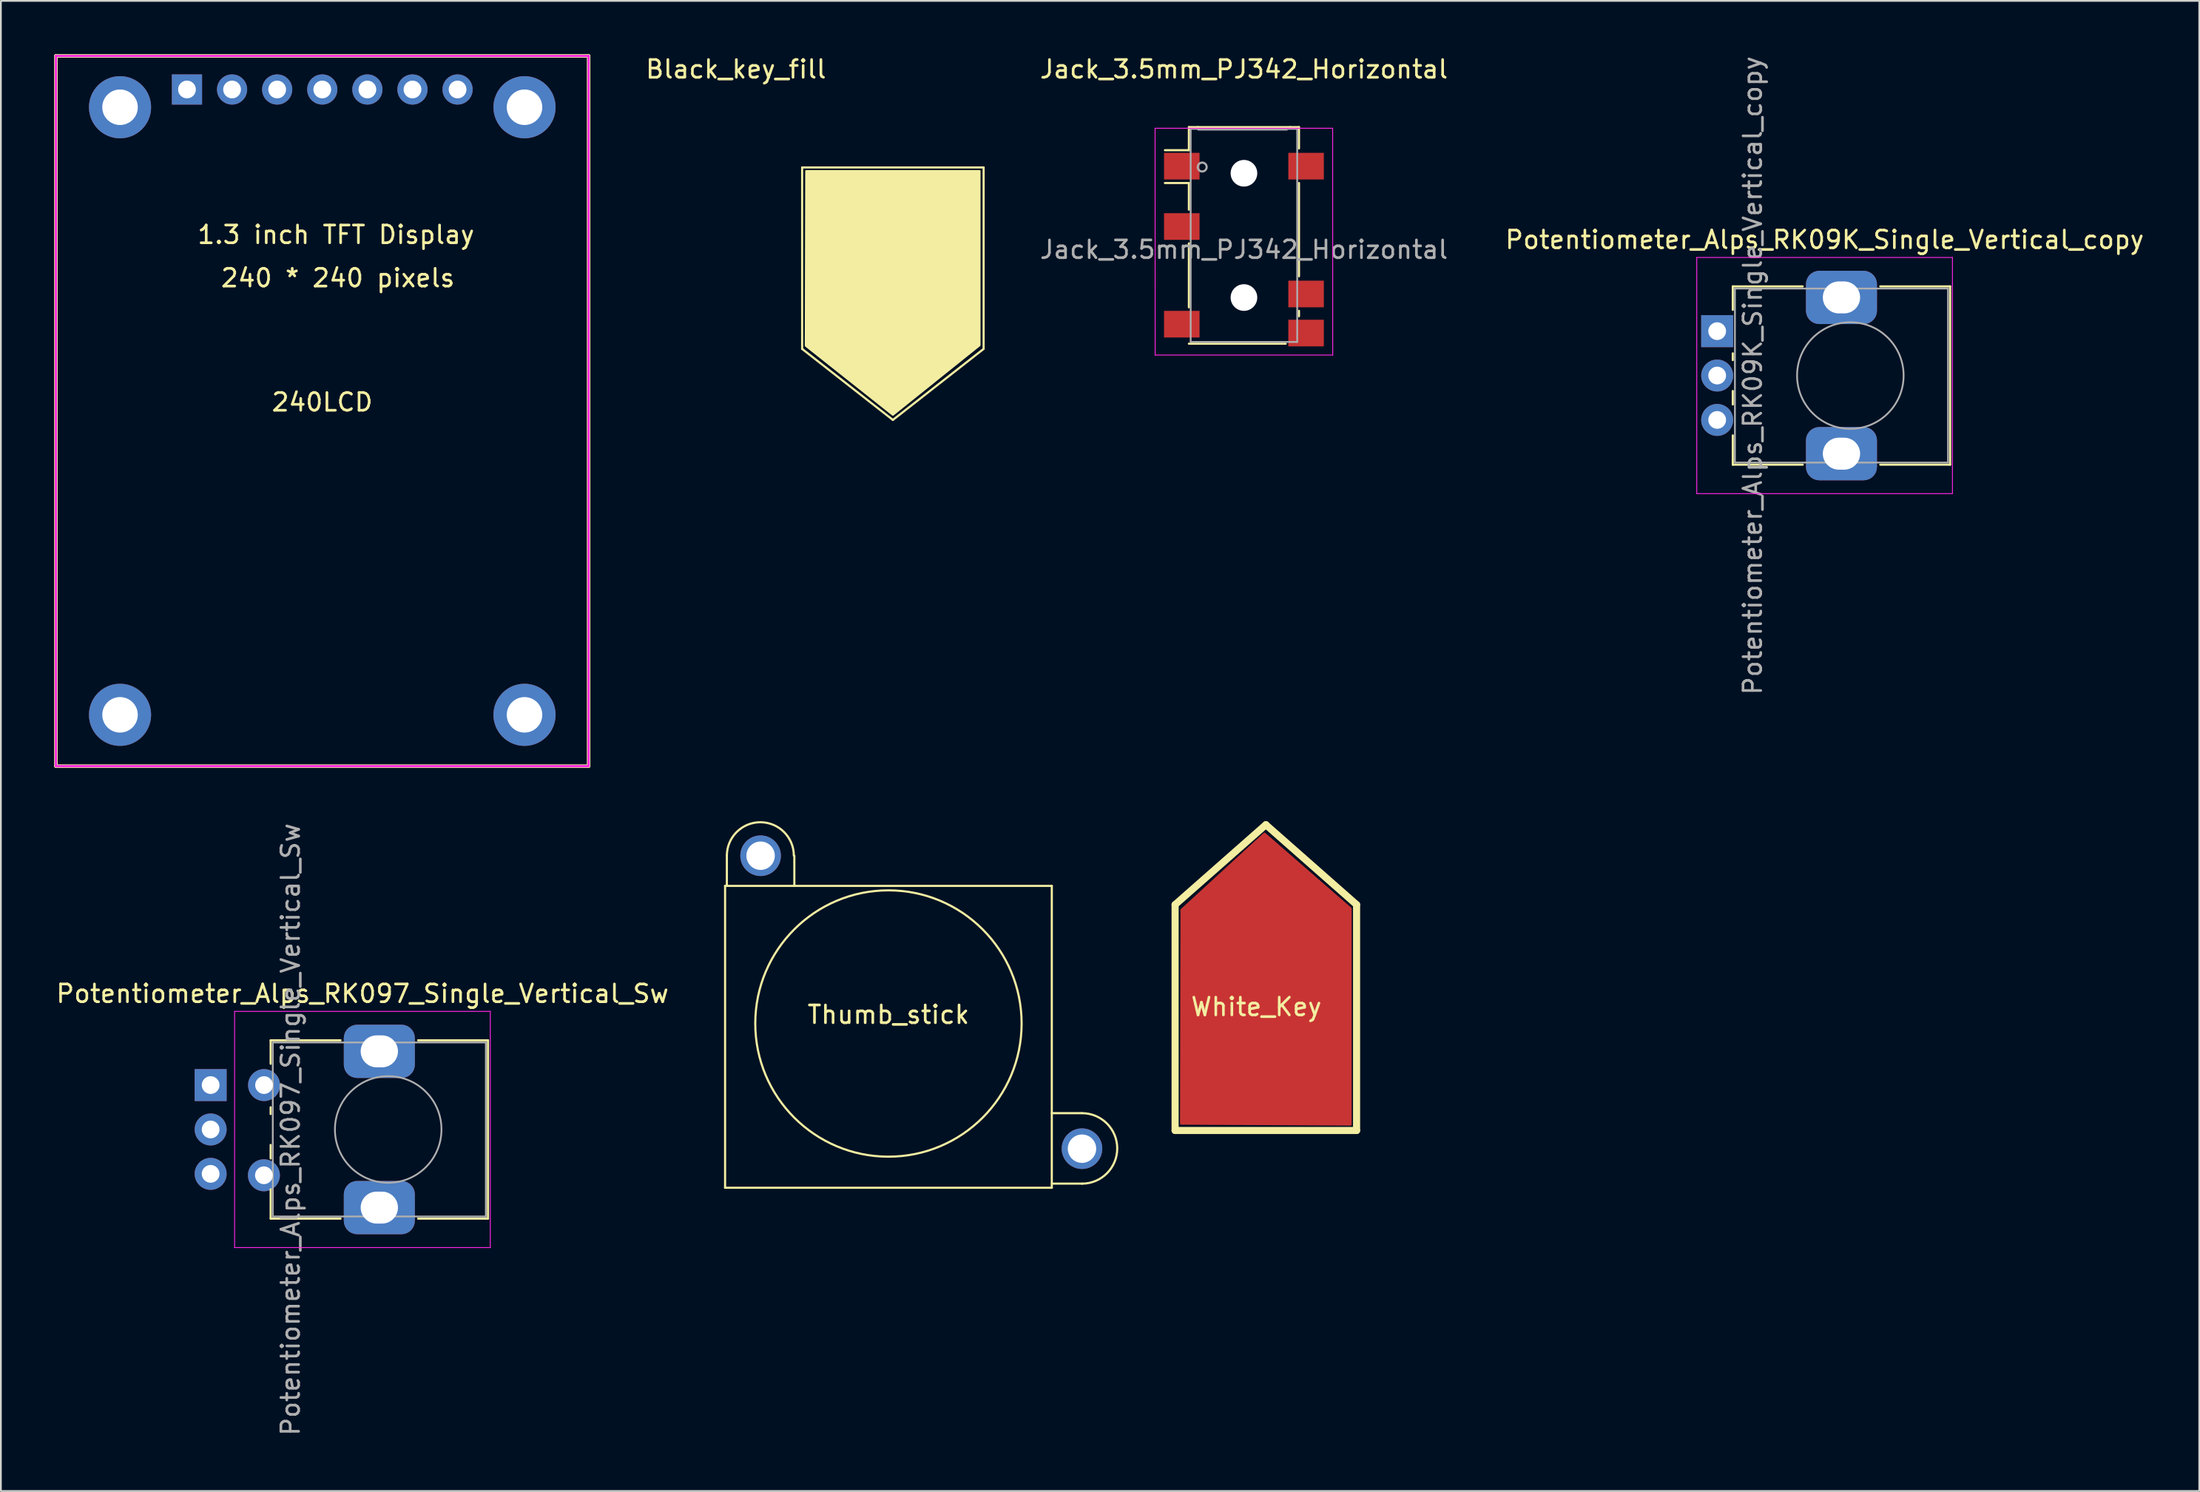
<source format=kicad_pcb>
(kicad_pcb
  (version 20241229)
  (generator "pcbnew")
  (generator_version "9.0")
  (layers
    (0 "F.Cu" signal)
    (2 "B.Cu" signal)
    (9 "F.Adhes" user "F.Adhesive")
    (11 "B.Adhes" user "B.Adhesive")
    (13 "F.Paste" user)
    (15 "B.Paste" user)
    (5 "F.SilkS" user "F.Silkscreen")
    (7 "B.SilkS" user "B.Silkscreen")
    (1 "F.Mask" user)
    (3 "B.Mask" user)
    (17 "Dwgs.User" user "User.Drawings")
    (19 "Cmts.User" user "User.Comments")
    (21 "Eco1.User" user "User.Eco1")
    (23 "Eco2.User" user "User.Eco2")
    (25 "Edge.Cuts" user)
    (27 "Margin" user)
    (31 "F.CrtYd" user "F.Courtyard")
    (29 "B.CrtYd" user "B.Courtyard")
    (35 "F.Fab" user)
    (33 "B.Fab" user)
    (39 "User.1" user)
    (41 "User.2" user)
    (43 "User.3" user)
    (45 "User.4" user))
  (footprint "240LCD"
    (layer "F.Cu")
    (at 15.1 20.1)
    (property "Reference" "240LCD" (at 0 -0.5 0) (unlocked yes) (layer "F.SilkS") (effects (font (size 1 1) (thickness 0.15))))
    (attr smd)
    (fp_line (start -15 -20) (end -15 20) (stroke (width 0.2) (type default)) (layer "F.SilkS"))
    (fp_line (start -15 20) (end 15 20) (stroke (width 0.2) (type default)) (layer "F.SilkS"))
    (fp_line (start 15 -20) (end -15 -20) (stroke (width 0.2) (type default)) (layer "F.SilkS"))
    (fp_line (start 15 20) (end 15 -20) (stroke (width 0.2) (type default)) (layer "F.SilkS"))
    (fp_line (start -15 -20) (end 15 -20) (stroke (width 0.12) (type default)) (layer "F.CrtYd"))
    (fp_line (start -15 20) (end -15 -20) (stroke (width 0.12) (type default)) (layer "F.CrtYd"))
    (fp_line (start 15 -20) (end 15 20) (stroke (width 0.12) (type default)) (layer "F.CrtYd"))
    (fp_line (start 15 20) (end -15 20) (stroke (width 0.12) (type default)) (layer "F.CrtYd"))
    (fp_text user "240 * 240 pixels" (at -5.791 -6.909 0) (unlocked yes) (layer "F.SilkS") (effects (font (size 1 1) (thickness 0.15)) (justify left bottom)))
    (fp_text user "1.3 inch TFT Display" (at -7.112 -9.347 0) (unlocked yes) (layer "F.SilkS") (effects (font (size 1 1) (thickness 0.15)) (justify left bottom)))
    (pad "1" thru_hole circle (at -11.39 -17.11) (size 3.5 3.5) (drill 2) (layers "*.Cu" "*.Mask"))
    (pad "1" thru_hole circle (at -11.39 17.11) (size 3.5 3.5) (drill 2) (layers "*.Cu" "*.Mask"))
    (pad "1" thru_hole rect (at -7.62 -18.11) (size 1.7 1.7) (drill 1) (layers "*.Cu" "*.Mask"))
    (pad "1" thru_hole circle (at 11.39 -17.11) (size 3.5 3.5) (drill 2) (layers "*.Cu" "*.Mask"))
    (pad "1" thru_hole circle (at 11.39 17.11) (size 3.5 3.5) (drill 2) (layers "*.Cu" "*.Mask"))
    (pad "2" thru_hole oval (at -5.08 -18.11) (size 1.7 1.7) (drill 1) (layers "*.Cu" "*.Mask"))
    (pad "3" thru_hole oval (at -2.54 -18.11) (size 1.7 1.7) (drill 1) (layers "*.Cu" "*.Mask"))
    (pad "4" thru_hole oval (at 0 -18.11) (size 1.7 1.7) (drill 1) (layers "*.Cu" "*.Mask"))
    (pad "5" thru_hole oval (at 2.54 -18.11) (size 1.7 1.7) (drill 1) (layers "*.Cu" "*.Mask"))
    (pad "6" thru_hole oval (at 5.08 -18.11) (size 1.7 1.7) (drill 1) (layers "*.Cu" "*.Mask"))
    (pad "7" thru_hole oval (at 7.62 -18.11) (size 1.7 1.7) (drill 1) (layers "*.Cu" "*.Mask")))
  (footprint "Black_key_fill"
    (layer "F.Cu")
    (at 47.236 11.491)
    (property "Reference" "Black_key_fill" (at -8.839 -10.643 0) (unlocked yes) (layer "F.SilkS") (effects (font (size 1 1) (thickness 0.15))))
    (attr smd)
    (fp_line (start -5.11 -5.11) (end 5.11 -5.11) (stroke (width 0.12) (type default)) (layer "F.SilkS"))
    (fp_line (start -5.11 5.11) (end -5.11 -5.11) (stroke (width 0.12) (type default)) (layer "F.SilkS"))
    (fp_line (start 0 9.11) (end -5.11 5.11) (stroke (width 0.12) (type default)) (layer "F.SilkS"))
    (fp_line (start 5.11 -5.11) (end 5.11 5.11) (stroke (width 0.12) (type default)) (layer "F.SilkS"))
    (fp_line (start 5.11 5.11) (end 0 9.11) (stroke (width 0.12) (type default)) (layer "F.SilkS"))
    (fp_poly (pts (xy -4.877 -4.902) (xy 4.877 -4.902) (xy 4.877 4.902) (xy 0 8.814) (xy -4.902 4.928)) (stroke (width 0.12) (type solid)) (fill yes) (layer "F.SilkS"))
    (pad "1" smd custom (at 0 0) (size 1.524 1.524) (layers "F.Cu") (options (anchor circle)) (primitives (gr_poly (pts (xy -4.826 -4.851) (xy 4.826 -4.851) (xy 4.826 4.877) (xy 0 8.738) (xy -4.851 4.902)) (width 0.12) (fill yes)) (gr_poly (pts (xy -1.143 -0.381) (xy -1.127 -0.49) (xy -1.072 -0.602) (xy -0.983 -0.691) (xy -0.871 -0.746) (xy -0.762 -0.762) (xy 0.762 -0.762) (xy 0.871 -0.746) (xy 0.983 -0.691) (xy 1.072 -0.602) (xy 1.127 -0.49) (xy 1.143 -0.381) (xy 1.143 0.381) (xy 1.127 0.49) (xy 1.072 0.602) (xy 0.983 0.691) (xy 0.871 0.746) (xy 0.762 0.762) (xy -0.762 0.762) (xy -0.871 0.746) (xy -0.983 0.691) (xy -1.072 0.602) (xy -1.127 0.49) (xy -1.143 0.381)) (width 0) (fill yes)))))
  (footprint "White_Key"
    (layer "F.Cu")
    (at 68.241 55.51)
    (property "Reference" "White_Key" (at -0.533 -1.854 0) (unlocked yes) (layer "F.SilkS") (effects (font (size 1 1) (thickness 0.15))))
    (attr smd)
    (fp_line (start -5.11 -7.61) (end 0 -12.11) (stroke (width 0.4) (type default)) (layer "F.SilkS"))
    (fp_line (start -5.11 5.11) (end -5.11 -7.61) (stroke (width 0.4) (type default)) (layer "F.SilkS"))
    (fp_line (start 0 -12.11) (end 5.11 -7.61) (stroke (width 0.4) (type default)) (layer "F.SilkS"))
    (fp_line (start 5.11 -7.61) (end 5.11 5.11) (stroke (width 0.4) (type default)) (layer "F.SilkS"))
    (fp_line (start 5.11 5.11) (end -5.11 5.11) (stroke (width 0.4) (type default)) (layer "F.SilkS"))
    (pad "1" smd custom (at 0 0) (size 2.286 1.524) (layers "F.Cu") (options (anchor rect)) (primitives (gr_poly (pts (xy -0.076 -11.608) (xy -4.75 -7.315) (xy -4.775 4.724) (xy 4.775 4.775) (xy 4.775 -7.391)) (width 0.12) (fill yes)))))
  (footprint "Potentiometer_Alps_RK09K_Single_Vertical_copy"
    (layer "F.Cu")
    (at 93.659 15.601)
    (property "Reference" "Potentiometer_Alps_RK09K_Single_Vertical_copy" (at 6.05 -5.15 0) (layer "F.SilkS") (effects (font (size 1 1) (thickness 0.15))))
    (attr through_hole)
    (fp_line (start 0.88 -2.521) (end 0.88 -1.2) (stroke (width 0.12) (type solid)) (layer "F.SilkS"))
    (fp_line (start 0.88 -2.521) (end 4.817 -2.521) (stroke (width 0.12) (type solid)) (layer "F.SilkS"))
    (fp_line (start 0.88 1.25) (end 0.88 1.63) (stroke (width 0.12) (type solid)) (layer "F.SilkS"))
    (fp_line (start 0.88 3.371) (end 0.88 4.13) (stroke (width 0.12) (type solid)) (layer "F.SilkS"))
    (fp_line (start 0.88 5.87) (end 0.88 7.52) (stroke (width 0.12) (type solid)) (layer "F.SilkS"))
    (fp_line (start 0.88 7.52) (end 4.817 7.52) (stroke (width 0.12) (type solid)) (layer "F.SilkS"))
    (fp_line (start 9.184 -2.521) (end 13.12 -2.521) (stroke (width 0.12) (type solid)) (layer "F.SilkS"))
    (fp_line (start 9.184 7.52) (end 13.12 7.52) (stroke (width 0.12) (type solid)) (layer "F.SilkS"))
    (fp_line (start 13.12 -2.521) (end 13.12 7.52) (stroke (width 0.12) (type solid)) (layer "F.SilkS"))
    (fp_line (start -1.15 -4.15) (end -1.15 9.15) (stroke (width 0.05) (type solid)) (layer "F.CrtYd"))
    (fp_line (start -1.15 9.15) (end 13.25 9.15) (stroke (width 0.05) (type solid)) (layer "F.CrtYd"))
    (fp_line (start 13.25 -4.15) (end -1.15 -4.15) (stroke (width 0.05) (type solid)) (layer "F.CrtYd"))
    (fp_line (start 13.25 9.15) (end 13.25 -4.15) (stroke (width 0.05) (type solid)) (layer "F.CrtYd"))
    (fp_line (start 1 -2.4) (end 1 7.4) (stroke (width 0.1) (type solid)) (layer "F.Fab"))
    (fp_line (start 1 7.4) (end 13 7.4) (stroke (width 0.1) (type solid)) (layer "F.Fab"))
    (fp_line (start 13 -2.4) (end 1 -2.4) (stroke (width 0.1) (type solid)) (layer "F.Fab"))
    (fp_line (start 13 7.4) (end 13 -2.4) (stroke (width 0.1) (type solid)) (layer "F.Fab"))
    (fp_circle (center 7.5 2.5) (end 10.5 2.5) (stroke (width 0.1) (type solid)) (fill no) (layer "F.Fab"))
    (fp_text user "${REFERENCE}" (at 2 2.5 90) (layer "F.Fab") (effects (font (size 1 1) (thickness 0.15))))
    (pad "1" thru_hole rect (at 0 0) (size 1.8 1.8) (drill 1) (layers "*.Cu" "*.Mask"))
    (pad "2" thru_hole circle (at 0 2.5) (size 1.8 1.8) (drill 1) (layers "*.Cu" "*.Mask"))
    (pad "3" thru_hole circle (at 0 5) (size 1.8 1.8) (drill 1) (layers "*.Cu" "*.Mask"))
    (pad "MP" thru_hole roundrect (at 7 -1.9) (size 4 3) (drill oval 2.1 1.8) (layers "*.Cu" "*.Mask") (roundrect_rratio 0.25))
    (pad "MP" thru_hole roundrect (at 7 6.9) (size 4 3) (drill oval 2.1 1.8) (layers "*.Cu" "*.Mask") (roundrect_rratio 0.25)))
  (footprint "Potentiometer_Alps_RK097_Single_Vertical_Sw"
    (layer "F.Cu")
    (at 11.313 58.063)
    (property "Reference" "Potentiometer_Alps_RK097_Single_Vertical_Sw" (at 6.05 -5.15 0) (layer "F.SilkS") (effects (font (size 1 1) (thickness 0.15))))
    (attr through_hole)
    (fp_line (start 0.88 -2.521) (end 0.88 -1.2) (stroke (width 0.12) (type solid)) (layer "F.SilkS"))
    (fp_line (start 0.88 -2.521) (end 4.817 -2.521) (stroke (width 0.12) (type solid)) (layer "F.SilkS"))
    (fp_line (start 0.88 1.25) (end 0.88 1.63) (stroke (width 0.12) (type solid)) (layer "F.SilkS"))
    (fp_line (start 0.88 3.371) (end 0.88 4.13) (stroke (width 0.12) (type solid)) (layer "F.SilkS"))
    (fp_line (start 0.88 5.87) (end 0.88 7.52) (stroke (width 0.12) (type solid)) (layer "F.SilkS"))
    (fp_line (start 0.88 7.52) (end 4.817 7.52) (stroke (width 0.12) (type solid)) (layer "F.SilkS"))
    (fp_line (start 9.184 -2.521) (end 13.12 -2.521) (stroke (width 0.12) (type solid)) (layer "F.SilkS"))
    (fp_line (start 9.184 7.52) (end 13.12 7.52) (stroke (width 0.12) (type solid)) (layer "F.SilkS"))
    (fp_line (start 13.12 -2.521) (end 13.12 7.52) (stroke (width 0.12) (type solid)) (layer "F.SilkS"))
    (fp_line (start -1.15 -4.15) (end -1.15 9.15) (stroke (width 0.05) (type solid)) (layer "F.CrtYd"))
    (fp_line (start -1.15 9.15) (end 13.25 9.15) (stroke (width 0.05) (type solid)) (layer "F.CrtYd"))
    (fp_line (start 13.25 -4.15) (end -1.15 -4.15) (stroke (width 0.05) (type solid)) (layer "F.CrtYd"))
    (fp_line (start 13.25 9.15) (end 13.25 -4.15) (stroke (width 0.05) (type solid)) (layer "F.CrtYd"))
    (fp_line (start 1 -2.4) (end 1 7.4) (stroke (width 0.1) (type solid)) (layer "F.Fab"))
    (fp_line (start 1 7.4) (end 13 7.4) (stroke (width 0.1) (type solid)) (layer "F.Fab"))
    (fp_line (start 13 -2.4) (end 1 -2.4) (stroke (width 0.1) (type solid)) (layer "F.Fab"))
    (fp_line (start 13 7.4) (end 13 -2.4) (stroke (width 0.1) (type solid)) (layer "F.Fab"))
    (fp_circle (center 7.5 2.5) (end 10.5 2.5) (stroke (width 0.1) (type solid)) (fill no) (layer "F.Fab"))
    (fp_text user "${REFERENCE}" (at 2 2.5 90) (layer "F.Fab") (effects (font (size 1 1) (thickness 0.15))))
    (pad "1" thru_hole rect (at -2.5 0) (size 1.8 1.8) (drill 1) (layers "*.Cu" "*.Mask"))
    (pad "2" thru_hole circle (at -2.5 2.5) (size 1.8 1.8) (drill 1) (layers "*.Cu" "*.Mask"))
    (pad "3" thru_hole circle (at -2.5 5) (size 1.8 1.8) (drill 1) (layers "*.Cu" "*.Mask"))
    (pad "4" thru_hole circle (at 0.508 0) (size 1.8 1.8) (drill 1) (layers "*.Cu" "*.Mask"))
    (pad "5" thru_hole circle (at 0.5 5.08) (size 1.8 1.8) (drill 1) (layers "*.Cu" "*.Mask"))
    (pad "MP" thru_hole roundrect (at 7 -1.9) (size 4 3) (drill oval 2.1 1.8) (layers "*.Cu" "*.Mask") (roundrect_rratio 0.25))
    (pad "MP" thru_hole roundrect (at 7 6.9) (size 4 3) (drill oval 2.1 1.8) (layers "*.Cu" "*.Mask") (roundrect_rratio 0.25)))
  (footprint "Thumb_stick"
    (layer "F.Cu")
    (at 46.986 54.595)
    (property "Reference" "Thumb_stick" (at 0 -0.5 0) (unlocked yes) (layer "F.SilkS") (effects (font (size 1 1) (thickness 0.15))))
    (attr smd)
    (fp_line (start -9.2 -7.75) (end 9.2 -7.75) (stroke (width 0.12) (type default)) (layer "F.SilkS"))
    (fp_line (start -9.2 9.25) (end -9.2 -7.75) (stroke (width 0.12) (type default)) (layer "F.SilkS"))
    (fp_line (start -9.1 -7.75) (end -9.1 -9.45) (stroke (width 0.12) (type default)) (layer "F.SilkS"))
    (fp_line (start -5.3 -9.45) (end -5.3 -7.75) (stroke (width 0.12) (type default)) (layer "F.SilkS"))
    (fp_line (start 9.2 -7.75) (end 9.2 9.25) (stroke (width 0.12) (type default)) (layer "F.SilkS"))
    (fp_line (start 9.2 5.05) (end 10.9 5.05) (stroke (width 0.12) (type default)) (layer "F.SilkS"))
    (fp_line (start 9.2 9.25) (end -9.2 9.25) (stroke (width 0.12) (type default)) (layer "F.SilkS"))
    (fp_line (start 9.208 9.017) (end 10.908 9.017) (stroke (width 0.12) (type default)) (layer "F.SilkS"))
    (fp_arc (start -9.1 -9.45) (mid -7.213592 -11.3352) (end -5.3272 -9.449983) (stroke (width 0.12) (type default)) (layer "F.SilkS"))
    (fp_arc (start 10.9 5.05) (mid 12.884999 7.035) (end 10.9 9.02) (stroke (width 0.12) (type default)) (layer "F.SilkS"))
    (fp_circle (center 0 0) (end 7.5 0) (stroke (width 0.12) (type default)) (fill no) (layer "F.SilkS"))
    (pad "" np_thru_hole circle (at -7.2 -9.45) (size 2.286 2.286) (drill 1.6) (layers "*.Cu" "*.Mask"))
    (pad "" np_thru_hole circle (at 10.9 7.05) (size 2.286 2.286) (drill 1.6) (layers "*.Cu" "*.Mask")))
  (footprint "Jack_3.5mm_PJ342_Horizontal"
    (layer "F.Cu")
    (at 67.007 11.008)
    (property "Reference" "Jack_3.5mm_PJ342_Horizontal" (at 0 -10.16 0) (layer "F.SilkS") (effects (font (size 1 1) (thickness 0.15))))
    (attr smd)
    (fp_line (start -3.1 -6.9) (end -2.6 -6.9) (stroke (width 0.12) (type solid)) (layer "F.SilkS"))
    (fp_line (start -3.1 -5.6) (end -4.45 -5.6) (stroke (width 0.12) (type solid)) (layer "F.SilkS"))
    (fp_line (start -3.1 -5.6) (end -3.1 -6.9) (stroke (width 0.12) (type solid)) (layer "F.SilkS"))
    (fp_line (start -3.1 -3.75) (end -4.45 -3.75) (stroke (width 0.12) (type solid)) (layer "F.SilkS"))
    (fp_line (start -3.1 -2.25) (end -3.1 -3.75) (stroke (width 0.12) (type solid)) (layer "F.SilkS"))
    (fp_line (start -3.1 3.25) (end -3.1 -0.35) (stroke (width 0.12) (type solid)) (layer "F.SilkS"))
    (fp_line (start -2.6 -6.9) (end 2.6 -6.9) (stroke (width 0.12) (type solid)) (layer "F.SilkS"))
    (fp_line (start 2.35 5.3) (end -3.1 5.3) (stroke (width 0.12) (type solid)) (layer "F.SilkS"))
    (fp_line (start 2.6 -6.9) (end 3.1 -6.9) (stroke (width 0.12) (type solid)) (layer "F.SilkS"))
    (fp_line (start 3.1 -6.9) (end 3.1 -5.7) (stroke (width 0.12) (type solid)) (layer "F.SilkS"))
    (fp_line (start 3.1 -3.75) (end 3.1 1.5) (stroke (width 0.12) (type solid)) (layer "F.SilkS"))
    (fp_line (start 3.1 3.45) (end 3.1 3.75) (stroke (width 0.12) (type solid)) (layer "F.SilkS"))
    (fp_line (start -5.004 -6.833) (end -5 5.94) (stroke (width 0.05) (type solid)) (layer "F.CrtYd"))
    (fp_line (start -5.004 -6.833) (end 4.996 -6.833) (stroke (width 0.05) (type solid)) (layer "F.CrtYd"))
    (fp_line (start -5 5.94) (end 5 5.94) (stroke (width 0.05) (type solid)) (layer "F.CrtYd"))
    (fp_line (start 5 5.94) (end 4.996 -6.833) (stroke (width 0.05) (type solid)) (layer "F.CrtYd"))
    (fp_line (start -3 -6.8) (end -3 5.2) (stroke (width 0.1) (type solid)) (layer "F.Fab"))
    (fp_line (start -3 5.2) (end 3 5.2) (stroke (width 0.1) (type solid)) (layer "F.Fab"))
    (fp_line (start -2.5 -6.8) (end -3 -6.8) (stroke (width 0.1) (type solid)) (layer "F.Fab"))
    (fp_line (start 2.424 -6.756) (end -2.576 -6.756) (stroke (width 0.1) (type solid)) (layer "F.Fab"))
    (fp_line (start 3 -6.8) (end 2.5 -6.8) (stroke (width 0.1) (type solid)) (layer "F.Fab"))
    (fp_line (start 3 5.2) (end 3 -6.8) (stroke (width 0.1) (type solid)) (layer "F.Fab"))
    (fp_circle (center -2.35 -4.65) (end -2.1 -4.65) (stroke (width 0.12) (type solid)) (fill no) (layer "F.Fab"))
    (fp_text user "${REFERENCE}" (at 0 0 0) (layer "F.Fab") (effects (font (size 1 1) (thickness 0.15))))
    (pad "" np_thru_hole circle (at 0 -4.3) (size 1.5 1.5) (drill 1.5) (layers "*.Cu" "*.Mask"))
    (pad "" np_thru_hole circle (at 0 2.7) (size 1.5 1.5) (drill 1.5) (layers "*.Cu" "*.Mask"))
    (pad "2" smd rect (at -3.5 -4.7) (size 2 1.5) (layers "F.Cu" "F.Mask" "F.Paste"))
    (pad "3" smd rect (at 3.5 -4.7) (size 2 1.5) (layers "F.Cu" "F.Mask" "F.Paste"))
    (pad "4" smd rect (at -3.5 -1.3) (size 2 1.5) (layers "F.Cu" "F.Mask" "F.Paste"))
    (pad "5" smd rect (at 3.5 2.5) (size 2 1.5) (layers "F.Cu" "F.Mask" "F.Paste"))
    (pad "6" smd rect (at -3.5 4.2) (size 2 1.5) (layers "F.Cu" "F.Mask" "F.Paste"))
    (pad "7" smd rect (at 3.5 4.7) (size 2 1.5) (layers "F.Cu" "F.Mask" "F.Paste")))
  (gr_rect
    (start -3 -3)
    (end 120.81 80.926)
    (stroke (width 0.1) (type default))
    (fill no)
    (layer "Edge.Cuts")))
</source>
